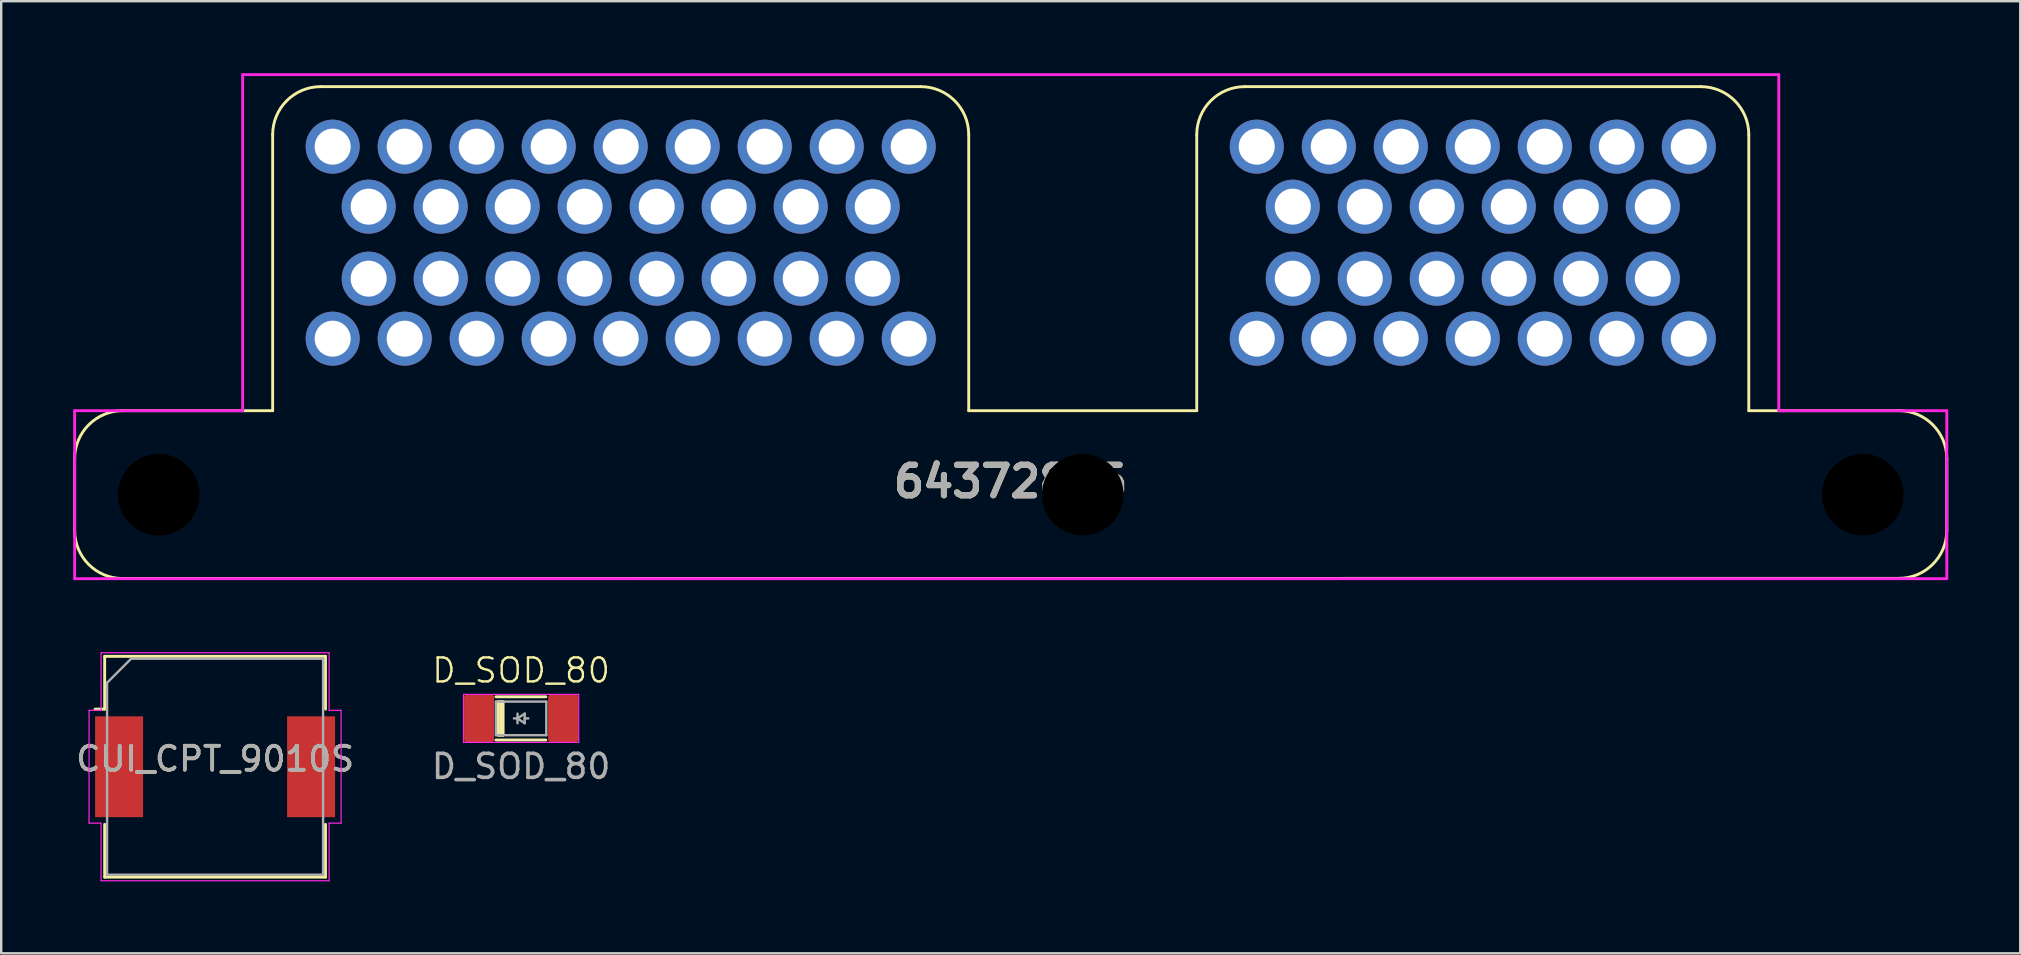
<source format=kicad_pcb>
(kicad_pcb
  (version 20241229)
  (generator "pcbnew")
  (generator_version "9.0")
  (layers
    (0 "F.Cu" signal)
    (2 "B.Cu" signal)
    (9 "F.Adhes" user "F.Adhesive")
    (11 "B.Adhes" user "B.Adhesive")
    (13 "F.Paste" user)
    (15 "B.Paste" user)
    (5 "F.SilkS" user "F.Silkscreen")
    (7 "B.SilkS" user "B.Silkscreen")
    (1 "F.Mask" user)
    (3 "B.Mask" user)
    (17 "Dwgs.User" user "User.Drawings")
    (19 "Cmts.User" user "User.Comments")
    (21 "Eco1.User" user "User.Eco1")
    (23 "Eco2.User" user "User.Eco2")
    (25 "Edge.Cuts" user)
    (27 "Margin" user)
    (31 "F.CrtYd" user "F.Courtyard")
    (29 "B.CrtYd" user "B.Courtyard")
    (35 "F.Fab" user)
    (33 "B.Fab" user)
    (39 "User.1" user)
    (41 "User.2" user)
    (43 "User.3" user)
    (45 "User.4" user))
  (footprint "CUI_CPT_9010S"
    (layer "F.Cu")
    (at 5.911 28.565)
    (property "Reference" "CUI_CPT_9010S" (at 0 0 0) (unlocked yes) (layer "F.SilkS") (effects (font (size 1 1) (thickness 0.15))))
    (attr smd)
    (fp_line (start -4.6 -4.27) (end -4.6 -2.07) (stroke (width 0.12) (type solid)) (layer "F.SilkS"))
    (fp_line (start -4.6 -4.27) (end 4.6 -4.27) (stroke (width 0.12) (type solid)) (layer "F.SilkS"))
    (fp_line (start -4.6 -2.07) (end -5 -2.07) (stroke (width 0.12) (type solid)) (layer "F.SilkS"))
    (fp_line (start -4.6 2.73) (end -4.6 4.93) (stroke (width 0.12) (type solid)) (layer "F.SilkS"))
    (fp_line (start 4.6 -4.27) (end 4.6 -2.07) (stroke (width 0.12) (type solid)) (layer "F.SilkS"))
    (fp_line (start 4.6 2.73) (end 4.6 4.93) (stroke (width 0.12) (type solid)) (layer "F.SilkS"))
    (fp_line (start 4.6 4.93) (end -4.6 4.93) (stroke (width 0.12) (type solid)) (layer "F.SilkS"))
    (fp_line (start -5.25 -2.02) (end -4.75 -2.02) (stroke (width 0.05) (type solid)) (layer "F.CrtYd"))
    (fp_line (start -5.25 2.68) (end -5.25 -2.02) (stroke (width 0.05) (type solid)) (layer "F.CrtYd"))
    (fp_line (start -4.75 -4.42) (end 4.75 -4.42) (stroke (width 0.05) (type solid)) (layer "F.CrtYd"))
    (fp_line (start -4.75 -2.02) (end -4.75 -4.42) (stroke (width 0.05) (type solid)) (layer "F.CrtYd"))
    (fp_line (start -4.75 2.68) (end -5.25 2.68) (stroke (width 0.05) (type solid)) (layer "F.CrtYd"))
    (fp_line (start -4.75 5.08) (end -4.75 2.68) (stroke (width 0.05) (type solid)) (layer "F.CrtYd"))
    (fp_line (start 4.75 -4.42) (end 4.75 -2.02) (stroke (width 0.05) (type solid)) (layer "F.CrtYd"))
    (fp_line (start 4.75 -2.02) (end 5.25 -2.02) (stroke (width 0.05) (type solid)) (layer "F.CrtYd"))
    (fp_line (start 4.75 2.68) (end 4.75 5.08) (stroke (width 0.05) (type solid)) (layer "F.CrtYd"))
    (fp_line (start 4.75 5.08) (end -4.75 5.08) (stroke (width 0.05) (type solid)) (layer "F.CrtYd"))
    (fp_line (start 5.25 -2.02) (end 5.25 2.68) (stroke (width 0.05) (type solid)) (layer "F.CrtYd"))
    (fp_line (start 5.25 2.68) (end 4.75 2.68) (stroke (width 0.05) (type solid)) (layer "F.CrtYd"))
    (fp_line (start -4.5 -3.17) (end -4.5 4.83) (stroke (width 0.1) (type solid)) (layer "F.Fab"))
    (fp_line (start -4.5 4.83) (end 4.5 4.83) (stroke (width 0.1) (type solid)) (layer "F.Fab"))
    (fp_line (start -3.5 -4.17) (end -4.5 -3.17) (stroke (width 0.1) (type solid)) (layer "F.Fab"))
    (fp_line (start 4.5 -4.17) (end -3.5 -4.17) (stroke (width 0.1) (type solid)) (layer "F.Fab"))
    (fp_line (start 4.5 4.83) (end 4.5 -4.17) (stroke (width 0.1) (type solid)) (layer "F.Fab"))
    (fp_text user "${REFERENCE}" (at 0 0 0) (unlocked yes) (layer "F.Fab") (effects (font (size 1 1) (thickness 0.15))))
    (pad "1" smd rect (at -4 0.33) (size 2 4.2) (layers "F.Cu" "F.Mask" "F.Paste"))
    (pad "2" smd rect (at 4 0.33) (size 2 4.2) (layers "F.Cu" "F.Mask" "F.Paste")))
  (footprint "D_SOD_80"
    (layer "F.Cu")
    (at 18.661 26.881)
    (property "Reference" "D_SOD_80" (at 0 -2 0) (unlocked yes) (layer "F.SilkS") (effects (font (size 1 1) (thickness 0.1))))
    (attr smd)
    (fp_line (start -1.05 -0.9) (end 1.03 -0.9) (stroke (width 0.12) (type solid)) (layer "F.SilkS"))
    (fp_line (start -1.05 0.9) (end 1.03 0.9) (stroke (width 0.12) (type solid)) (layer "F.SilkS"))
    (fp_line (start -0.95 -0.7) (end -0.95 0.7) (stroke (width 0.12) (type solid)) (layer "F.SilkS"))
    (fp_line (start -0.85 -0.7) (end -0.85 0.7) (stroke (width 0.12) (type solid)) (layer "F.SilkS"))
    (fp_line (start -0.75 -0.7) (end -0.95 -0.7) (stroke (width 0.12) (type solid)) (layer "F.SilkS"))
    (fp_line (start -0.75 -0.7) (end -0.75 0.7) (stroke (width 0.12) (type solid)) (layer "F.SilkS"))
    (fp_line (start -0.75 0.7) (end -0.95 0.7) (stroke (width 0.12) (type solid)) (layer "F.SilkS"))
    (fp_line (start -2.4 -1) (end -2.4 1) (stroke (width 0.05) (type solid)) (layer "F.CrtYd"))
    (fp_line (start -2.4 -1) (end 2.4 -1) (stroke (width 0.05) (type solid)) (layer "F.CrtYd"))
    (fp_line (start 2.4 -1) (end 2.4 1) (stroke (width 0.05) (type solid)) (layer "F.CrtYd"))
    (fp_line (start 2.4 1) (end -2.4 1) (stroke (width 0.05) (type solid)) (layer "F.CrtYd"))
    (fp_line (start -1.05 -0.7) (end -1.05 0.7) (stroke (width 0.1) (type solid)) (layer "F.Fab"))
    (fp_line (start -1.05 0.7) (end 1.05 0.7) (stroke (width 0.1) (type solid)) (layer "F.Fab"))
    (fp_line (start -0.15 0) (end -0.3 0) (stroke (width 0.1) (type solid)) (layer "F.Fab"))
    (fp_line (start -0.15 0) (end 0.15 0.2) (stroke (width 0.1) (type solid)) (layer "F.Fab"))
    (fp_line (start -0.15 0.2) (end -0.15 -0.2) (stroke (width 0.1) (type solid)) (layer "F.Fab"))
    (fp_line (start 0.15 -0.2) (end -0.15 0) (stroke (width 0.1) (type solid)) (layer "F.Fab"))
    (fp_line (start 0.15 0) (end 0.3 0) (stroke (width 0.1) (type solid)) (layer "F.Fab"))
    (fp_line (start 0.15 0.2) (end 0.15 -0.2) (stroke (width 0.1) (type solid)) (layer "F.Fab"))
    (fp_line (start 1.05 -0.7) (end -1.05 -0.7) (stroke (width 0.1) (type solid)) (layer "F.Fab"))
    (fp_line (start 1.05 0.7) (end 1.05 -0.7) (stroke (width 0.1) (type solid)) (layer "F.Fab"))
    (fp_text user "${REFERENCE}" (at 0 2 0) (unlocked yes) (layer "F.Fab") (effects (font (size 1 1) (thickness 0.15))))
    (pad "1" smd roundrect (at -1.75 0) (size 1.25 2) (layers "F.Cu" "F.Mask" "F.Paste") (roundrect_rratio 0.1))
    (pad "2" smd roundrect (at 1.75 0) (size 1.25 2) (layers "F.Cu" "F.Mask" "F.Paste") (roundrect_rratio 0.1)))
  (footprint "64372885"
    (layer "F.Cu")
    (at 3.56 17.56)
    (property "Reference" "64372885" (at 35.5 -0.55 0) (layer "F.SilkS") (effects (font (size 1.27 1.27) (thickness 0.254))))
    (attr through_hole)
    (fp_line (start -3.5 -1.493) (end -3.5 1.493) (stroke (width 0.12) (type solid)) (layer "F.SilkS"))
    (fp_line (start -1.5 -3.5) (end 4.75 -3.5) (stroke (width 0.12) (type solid)) (layer "F.SilkS"))
    (fp_line (start -1.5 3.493) (end 72.5 3.486) (stroke (width 0.12) (type solid)) (layer "F.SilkS"))
    (fp_line (start 4.75 -15) (end 4.75 -3.5) (stroke (width 0.12) (type solid)) (layer "F.SilkS"))
    (fp_line (start 6.75 -17) (end 31.75 -17) (stroke (width 0.12) (type solid)) (layer "F.SilkS"))
    (fp_line (start 33.75 -15) (end 33.75 -3.5) (stroke (width 0.12) (type solid)) (layer "F.SilkS"))
    (fp_line (start 33.75 -3.5) (end 43.25 -3.5) (stroke (width 0.12) (type solid)) (layer "F.SilkS"))
    (fp_line (start 43.25 -15) (end 43.25 -3.5) (stroke (width 0.12) (type solid)) (layer "F.SilkS"))
    (fp_line (start 45.25 -17) (end 64.25 -17) (stroke (width 0.12) (type solid)) (layer "F.SilkS"))
    (fp_line (start 66.25 -15) (end 66.25 -3.5) (stroke (width 0.12) (type solid)) (layer "F.SilkS"))
    (fp_line (start 66.25 -3.5) (end 72.5 -3.5) (stroke (width 0.12) (type solid)) (layer "F.SilkS"))
    (fp_line (start 74.5 1.486) (end 74.5 -1.5) (stroke (width 0.12) (type solid)) (layer "F.SilkS"))
    (fp_arc (start -3.5 -1.492894) (mid -2.914643 -2.909622) (end -1.5 -3.5) (stroke (width 0.12) (type solid)) (layer "F.SilkS"))
    (fp_arc (start -1.5 3.492893) (mid -2.914214 2.907107) (end -3.5 1.492893) (stroke (width 0.12) (type solid)) (layer "F.SilkS"))
    (fp_arc (start 4.75 -15) (mid 5.335786 -16.414214) (end 6.75 -17) (stroke (width 0.12) (type solid)) (layer "F.SilkS"))
    (fp_arc (start 31.75 -17) (mid 33.164214 -16.414214) (end 33.75 -15) (stroke (width 0.12) (type solid)) (layer "F.SilkS"))
    (fp_arc (start 43.25 -15) (mid 43.835786 -16.414214) (end 45.25 -17) (stroke (width 0.12) (type solid)) (layer "F.SilkS"))
    (fp_arc (start 64.25 -17) (mid 65.664214 -16.414214) (end 66.25 -15) (stroke (width 0.12) (type solid)) (layer "F.SilkS"))
    (fp_arc (start 72.5 -3.5) (mid 73.914214 -2.914214) (end 74.5 -1.5) (stroke (width 0.12) (type solid)) (layer "F.SilkS"))
    (fp_arc (start 74.5 1.485787) (mid 73.914214 2.900001) (end 72.5 3.485787) (stroke (width 0.12) (type solid)) (layer "F.SilkS"))
    (fp_line (start -3.5 -3.5) (end 3.5 -3.5) (stroke (width 0.12) (type solid)) (layer "F.CrtYd"))
    (fp_line (start -3.5 3.5) (end -3.5 -3.5) (stroke (width 0.12) (type solid)) (layer "F.CrtYd"))
    (fp_line (start -3.5 3.5) (end 74.5 3.5) (stroke (width 0.12) (type solid)) (layer "F.CrtYd"))
    (fp_line (start 3.5 -17.5) (end 67.5 -17.5) (stroke (width 0.12) (type solid)) (layer "F.CrtYd"))
    (fp_line (start 3.5 -3.5) (end 3.5 -17.5) (stroke (width 0.12) (type solid)) (layer "F.CrtYd"))
    (fp_line (start 67.5 -3.5) (end 67.5 -17.5) (stroke (width 0.12) (type solid)) (layer "F.CrtYd"))
    (fp_line (start 67.5 -3.5) (end 74.5 -3.5) (stroke (width 0.12) (type solid)) (layer "F.CrtYd"))
    (fp_line (start 74.5 3.5) (end 74.5 -3.5) (stroke (width 0.12) (type solid)) (layer "F.CrtYd"))
    (fp_text user "${REFERENCE}" (at 35.5 -0.55 0) (layer "F.Fab") (effects (font (size 1.27 1.27) (thickness 0.254))))
    (pad "" np_thru_hole circle (at 0 0) (size 3.4 3.4) (drill 3.4) (layers "*.Mask"))
    (pad "" np_thru_hole circle (at 38.5 0) (size 3.4 3.4) (drill 3.4) (layers "*.Mask"))
    (pad "" np_thru_hole circle (at 71 0) (size 3.4 3.4) (drill 3.4) (layers "*.Mask"))
    (pad "1" thru_hole circle (at 7.25 -14.5) (size 2.25 2.25) (drill 1.5) (layers "*.Cu" "*.Mask"))
    (pad "2" thru_hole circle (at 10.25 -14.5) (size 2.25 2.25) (drill 1.5) (layers "*.Cu" "*.Mask"))
    (pad "3" thru_hole circle (at 13.25 -14.5) (size 2.25 2.25) (drill 1.5) (layers "*.Cu" "*.Mask"))
    (pad "4" thru_hole circle (at 16.25 -14.5) (size 2.25 2.25) (drill 1.5) (layers "*.Cu" "*.Mask"))
    (pad "5" thru_hole circle (at 19.25 -14.5) (size 2.25 2.25) (drill 1.5) (layers "*.Cu" "*.Mask"))
    (pad "6" thru_hole circle (at 22.25 -14.5) (size 2.25 2.25) (drill 1.5) (layers "*.Cu" "*.Mask"))
    (pad "7" thru_hole circle (at 25.25 -14.5) (size 2.25 2.25) (drill 1.5) (layers "*.Cu" "*.Mask"))
    (pad "8" thru_hole circle (at 28.25 -14.5) (size 2.25 2.25) (drill 1.5) (layers "*.Cu" "*.Mask"))
    (pad "9" thru_hole circle (at 31.25 -14.5) (size 2.25 2.25) (drill 1.5) (layers "*.Cu" "*.Mask"))
    (pad "10" thru_hole circle (at 8.75 -12) (size 2.25 2.25) (drill 1.5) (layers "*.Cu" "*.Mask"))
    (pad "11" thru_hole circle (at 11.75 -12) (size 2.25 2.25) (drill 1.5) (layers "*.Cu" "*.Mask"))
    (pad "12" thru_hole circle (at 14.75 -12) (size 2.25 2.25) (drill 1.5) (layers "*.Cu" "*.Mask"))
    (pad "13" thru_hole circle (at 17.75 -12) (size 2.25 2.25) (drill 1.5) (layers "*.Cu" "*.Mask"))
    (pad "14" thru_hole circle (at 20.75 -12) (size 2.25 2.25) (drill 1.5) (layers "*.Cu" "*.Mask"))
    (pad "15" thru_hole circle (at 23.75 -12) (size 2.25 2.25) (drill 1.5) (layers "*.Cu" "*.Mask"))
    (pad "16" thru_hole circle (at 26.75 -12) (size 2.25 2.25) (drill 1.5) (layers "*.Cu" "*.Mask"))
    (pad "17" thru_hole circle (at 29.75 -12) (size 2.25 2.25) (drill 1.5) (layers "*.Cu" "*.Mask"))
    (pad "18" thru_hole circle (at 8.75 -9) (size 2.25 2.25) (drill 1.5) (layers "*.Cu" "*.Mask"))
    (pad "19" thru_hole circle (at 11.75 -9) (size 2.25 2.25) (drill 1.5) (layers "*.Cu" "*.Mask"))
    (pad "20" thru_hole circle (at 14.75 -9) (size 2.25 2.25) (drill 1.5) (layers "*.Cu" "*.Mask"))
    (pad "21" thru_hole circle (at 17.75 -9) (size 2.25 2.25) (drill 1.5) (layers "*.Cu" "*.Mask"))
    (pad "22" thru_hole circle (at 20.75 -9) (size 2.25 2.25) (drill 1.5) (layers "*.Cu" "*.Mask"))
    (pad "23" thru_hole circle (at 23.75 -9) (size 2.25 2.25) (drill 1.5) (layers "*.Cu" "*.Mask"))
    (pad "24" thru_hole circle (at 26.75 -9) (size 2.25 2.25) (drill 1.5) (layers "*.Cu" "*.Mask"))
    (pad "25" thru_hole circle (at 29.75 -9) (size 2.25 2.25) (drill 1.5) (layers "*.Cu" "*.Mask"))
    (pad "26" thru_hole circle (at 7.25 -6.5) (size 2.25 2.25) (drill 1.5) (layers "*.Cu" "*.Mask"))
    (pad "27" thru_hole circle (at 10.25 -6.5) (size 2.25 2.25) (drill 1.5) (layers "*.Cu" "*.Mask"))
    (pad "28" thru_hole circle (at 13.25 -6.5) (size 2.25 2.25) (drill 1.5) (layers "*.Cu" "*.Mask"))
    (pad "29" thru_hole circle (at 16.25 -6.5) (size 2.25 2.25) (drill 1.5) (layers "*.Cu" "*.Mask"))
    (pad "30" thru_hole circle (at 19.25 -6.5) (size 2.25 2.25) (drill 1.5) (layers "*.Cu" "*.Mask"))
    (pad "31" thru_hole circle (at 22.25 -6.5) (size 2.25 2.25) (drill 1.5) (layers "*.Cu" "*.Mask"))
    (pad "32" thru_hole circle (at 25.25 -6.5) (size 2.25 2.25) (drill 1.5) (layers "*.Cu" "*.Mask"))
    (pad "33" thru_hole circle (at 28.25 -6.5) (size 2.25 2.25) (drill 1.5) (layers "*.Cu" "*.Mask"))
    (pad "34" thru_hole circle (at 31.25 -6.5) (size 2.25 2.25) (drill 1.5) (layers "*.Cu" "*.Mask"))
    (pad "35" thru_hole circle (at 45.75 -14.5) (size 2.25 2.25) (drill 1.5) (layers "*.Cu" "*.Mask"))
    (pad "36" thru_hole circle (at 48.75 -14.5) (size 2.25 2.25) (drill 1.5) (layers "*.Cu" "*.Mask"))
    (pad "37" thru_hole circle (at 51.75 -14.5) (size 2.25 2.25) (drill 1.5) (layers "*.Cu" "*.Mask"))
    (pad "38" thru_hole circle (at 54.75 -14.5) (size 2.25 2.25) (drill 1.5) (layers "*.Cu" "*.Mask"))
    (pad "39" thru_hole circle (at 57.75 -14.5) (size 2.25 2.25) (drill 1.5) (layers "*.Cu" "*.Mask"))
    (pad "40" thru_hole circle (at 60.75 -14.5) (size 2.25 2.25) (drill 1.5) (layers "*.Cu" "*.Mask"))
    (pad "41" thru_hole circle (at 63.75 -14.5) (size 2.25 2.25) (drill 1.5) (layers "*.Cu" "*.Mask"))
    (pad "42" thru_hole circle (at 47.25 -12) (size 2.25 2.25) (drill 1.5) (layers "*.Cu" "*.Mask"))
    (pad "43" thru_hole circle (at 50.25 -12) (size 2.25 2.25) (drill 1.5) (layers "*.Cu" "*.Mask"))
    (pad "44" thru_hole circle (at 53.25 -12) (size 2.25 2.25) (drill 1.5) (layers "*.Cu" "*.Mask"))
    (pad "45" thru_hole circle (at 56.25 -12) (size 2.25 2.25) (drill 1.5) (layers "*.Cu" "*.Mask"))
    (pad "46" thru_hole circle (at 59.25 -12) (size 2.25 2.25) (drill 1.5) (layers "*.Cu" "*.Mask"))
    (pad "47" thru_hole circle (at 62.25 -12) (size 2.25 2.25) (drill 1.5) (layers "*.Cu" "*.Mask"))
    (pad "48" thru_hole circle (at 47.25 -9) (size 2.25 2.25) (drill 1.5) (layers "*.Cu" "*.Mask"))
    (pad "49" thru_hole circle (at 50.25 -9) (size 2.25 2.25) (drill 1.5) (layers "*.Cu" "*.Mask"))
    (pad "50" thru_hole circle (at 53.25 -9) (size 2.25 2.25) (drill 1.5) (layers "*.Cu" "*.Mask"))
    (pad "51" thru_hole circle (at 56.25 -9) (size 2.25 2.25) (drill 1.5) (layers "*.Cu" "*.Mask"))
    (pad "52" thru_hole circle (at 59.25 -9) (size 2.25 2.25) (drill 1.5) (layers "*.Cu" "*.Mask"))
    (pad "53" thru_hole circle (at 62.25 -9) (size 2.25 2.25) (drill 1.5) (layers "*.Cu" "*.Mask"))
    (pad "54" thru_hole circle (at 45.75 -6.5) (size 2.25 2.25) (drill 1.5) (layers "*.Cu" "*.Mask"))
    (pad "55" thru_hole circle (at 48.75 -6.5) (size 2.25 2.25) (drill 1.5) (layers "*.Cu" "*.Mask"))
    (pad "56" thru_hole circle (at 51.75 -6.5) (size 2.25 2.25) (drill 1.5) (layers "*.Cu" "*.Mask"))
    (pad "57" thru_hole circle (at 54.75 -6.5) (size 2.25 2.25) (drill 1.5) (layers "*.Cu" "*.Mask"))
    (pad "58" thru_hole circle (at 57.75 -6.5) (size 2.25 2.25) (drill 1.5) (layers "*.Cu" "*.Mask"))
    (pad "59" thru_hole circle (at 60.75 -6.5) (size 2.25 2.25) (drill 1.5) (layers "*.Cu" "*.Mask"))
    (pad "60" thru_hole circle (at 63.75 -6.5) (size 2.25 2.25) (drill 1.5) (layers "*.Cu" "*.Mask")))
  (gr_rect
    (start -3 -3)
    (end 81.12 36.67)
    (stroke (width 0.1) (type default))
    (fill no)
    (layer "Edge.Cuts")))
</source>
